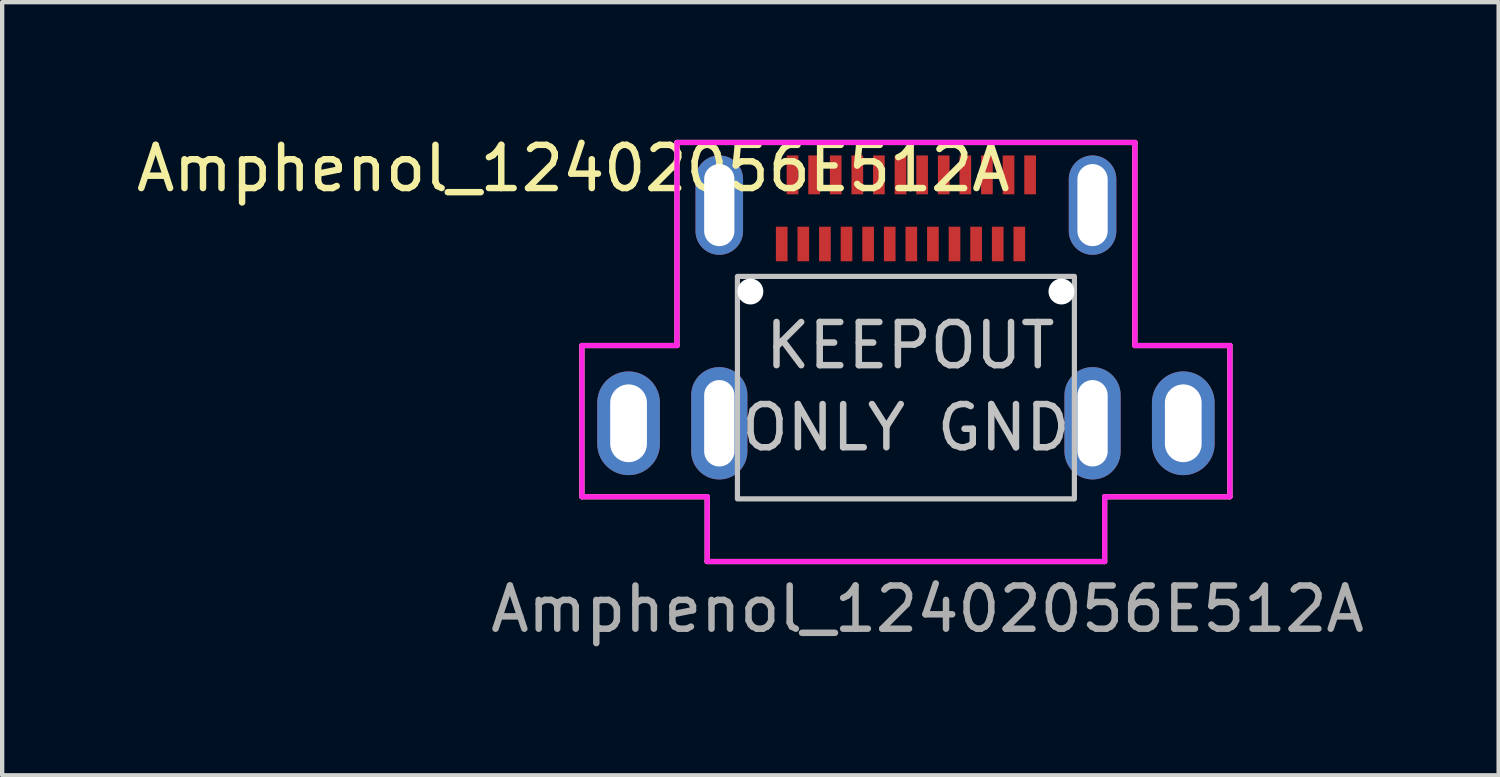
<source format=kicad_pcb>
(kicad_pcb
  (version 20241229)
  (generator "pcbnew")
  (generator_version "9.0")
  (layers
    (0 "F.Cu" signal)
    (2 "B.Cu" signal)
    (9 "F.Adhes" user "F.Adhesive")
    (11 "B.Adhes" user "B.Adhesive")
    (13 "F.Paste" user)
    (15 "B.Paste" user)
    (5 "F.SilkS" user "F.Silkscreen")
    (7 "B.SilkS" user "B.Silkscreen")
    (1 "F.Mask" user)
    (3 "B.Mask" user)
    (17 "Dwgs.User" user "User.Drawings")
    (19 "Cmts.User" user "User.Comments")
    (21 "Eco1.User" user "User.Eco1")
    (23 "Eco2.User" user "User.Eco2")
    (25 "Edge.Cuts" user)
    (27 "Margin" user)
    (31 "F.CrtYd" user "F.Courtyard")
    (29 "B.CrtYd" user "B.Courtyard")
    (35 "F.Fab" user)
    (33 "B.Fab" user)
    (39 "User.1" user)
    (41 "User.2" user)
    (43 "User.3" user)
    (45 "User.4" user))
  (footprint "Amphenol_12402056E512A"
    (layer "F.Cu")
    (at 17.92 6.748)
    (property "Reference" "Amphenol_12402056E512A" (at -7.7 -5.9 0) (unlocked yes) (layer "F.SilkS") (effects (font (size 1 1) (thickness 0.15))))
    (fp_line (start -7.5 -1.8) (end -7.5 1.7) (stroke (width 0.12) (type solid)) (layer "F.SilkS"))
    (fp_line (start -7.5 1.7) (end -4.6 1.7) (stroke (width 0.12) (type solid)) (layer "F.SilkS"))
    (fp_line (start -5.3 -6.5) (end -5.3 -1.8) (stroke (width 0.12) (type solid)) (layer "F.SilkS"))
    (fp_line (start -5.3 -6.5) (end 5.3 -6.5) (stroke (width 0.12) (type solid)) (layer "F.SilkS"))
    (fp_line (start -5.3 -1.8) (end -7.5 -1.8) (stroke (width 0.12) (type solid)) (layer "F.SilkS"))
    (fp_line (start -4.6 1.7) (end -4.6 3.2) (stroke (width 0.12) (type solid)) (layer "F.SilkS"))
    (fp_line (start -4.6 3.2) (end 4.6 3.2) (stroke (width 0.12) (type solid)) (layer "F.SilkS"))
    (fp_line (start 4.6 1.7) (end 4.6 3.2) (stroke (width 0.12) (type solid)) (layer "F.SilkS"))
    (fp_line (start 4.6 1.7) (end 7.5 1.7) (stroke (width 0.12) (type solid)) (layer "F.SilkS"))
    (fp_line (start 5.3 -6.5) (end 5.3 -1.8) (stroke (width 0.12) (type solid)) (layer "F.SilkS"))
    (fp_line (start 7.5 -1.8) (end 5.3 -1.8) (stroke (width 0.12) (type solid)) (layer "F.SilkS"))
    (fp_line (start 7.5 -1.8) (end 7.5 1.7) (stroke (width 0.12) (type solid)) (layer "F.SilkS"))
    (fp_rect (start -3.9 -3.4) (end 3.9 1.75) (stroke (width 0.12) (type solid)) (fill no) (layer "Dwgs.User"))
    (fp_line (start -7.5 -1.8) (end -7.5 1.7) (stroke (width 0.12) (type solid)) (layer "F.CrtYd"))
    (fp_line (start -7.5 1.7) (end -4.6 1.7) (stroke (width 0.12) (type solid)) (layer "F.CrtYd"))
    (fp_line (start -5.3 -6.5) (end -5.3 -1.8) (stroke (width 0.12) (type solid)) (layer "F.CrtYd"))
    (fp_line (start -5.3 -6.5) (end 5.3 -6.5) (stroke (width 0.12) (type solid)) (layer "F.CrtYd"))
    (fp_line (start -5.3 -1.8) (end -7.5 -1.8) (stroke (width 0.12) (type solid)) (layer "F.CrtYd"))
    (fp_line (start -4.6 1.7) (end -4.6 3.2) (stroke (width 0.12) (type solid)) (layer "F.CrtYd"))
    (fp_line (start -4.6 3.2) (end 4.6 3.2) (stroke (width 0.12) (type solid)) (layer "F.CrtYd"))
    (fp_line (start 4.6 1.7) (end 4.6 3.2) (stroke (width 0.12) (type solid)) (layer "F.CrtYd"))
    (fp_line (start 4.6 1.7) (end 7.5 1.7) (stroke (width 0.12) (type solid)) (layer "F.CrtYd"))
    (fp_line (start 5.3 -6.5) (end 5.3 -1.8) (stroke (width 0.12) (type solid)) (layer "F.CrtYd"))
    (fp_line (start 7.5 -1.8) (end 5.3 -1.8) (stroke (width 0.12) (type solid)) (layer "F.CrtYd"))
    (fp_line (start 7.5 -1.8) (end 7.5 1.7) (stroke (width 0.12) (type solid)) (layer "F.CrtYd"))
    (fp_text user "ONLY GND" (at 0 0.1 0) (unlocked yes) (layer "Dwgs.User") (effects (font (size 1 1) (thickness 0.15))))
    (fp_text user "KEEPOUT" (at 0.1 -1.8 0) (unlocked yes) (layer "Dwgs.User") (effects (font (size 1 1) (thickness 0.15))))
    (fp_text user "${REFERENCE}" (at 0.5 4.3 0) (unlocked yes) (layer "F.Fab") (effects (font (size 1 1) (thickness 0.15))))
    (pad "" np_thru_hole circle (at -3.6 -3.05) (size 0.6 0.6) (drill 0.6) (layers "*.Cu" "*.Mask"))
    (pad "" np_thru_hole circle (at 3.6 -3.05) (size 0.6 0.6) (drill 0.6) (layers "*.Cu" "*.Mask"))
    (pad "A1" smd rect (at -2.625 -5.75) (size 0.27 0.9) (layers "F.Cu" "F.Mask" "F.Paste"))
    (pad "A2" smd rect (at -2.125 -5.75) (size 0.27 0.9) (layers "F.Cu" "F.Mask" "F.Paste"))
    (pad "A3" smd rect (at -1.625 -5.75) (size 0.27 0.9) (layers "F.Cu" "F.Mask" "F.Paste"))
    (pad "A4" smd rect (at -1.125 -5.75) (size 0.27 0.9) (layers "F.Cu" "F.Mask" "F.Paste"))
    (pad "A5" smd rect (at -0.625 -5.75) (size 0.27 0.9) (layers "F.Cu" "F.Mask" "F.Paste"))
    (pad "A6" smd rect (at -0.125 -5.75) (size 0.27 0.9) (layers "F.Cu" "F.Mask" "F.Paste"))
    (pad "A7" smd rect (at 0.375 -5.75) (size 0.27 0.9) (layers "F.Cu" "F.Mask" "F.Paste"))
    (pad "A8" smd rect (at 0.875 -5.75) (size 0.27 0.9) (layers "F.Cu" "F.Mask" "F.Paste"))
    (pad "A9" smd rect (at 1.375 -5.75) (size 0.27 0.9) (layers "F.Cu" "F.Mask" "F.Paste"))
    (pad "A10" smd rect (at 1.875 -5.75) (size 0.27 0.9) (layers "F.Cu" "F.Mask" "F.Paste"))
    (pad "A11" smd rect (at 2.375 -5.75) (size 0.27 0.9) (layers "F.Cu" "F.Mask" "F.Paste"))
    (pad "A12" smd rect (at 2.875 -5.75) (size 0.27 0.9) (layers "F.Cu" "F.Mask" "F.Paste"))
    (pad "B1" smd rect (at 2.625 -4.15) (size 0.27 0.8) (layers "F.Cu" "F.Mask" "F.Paste"))
    (pad "B2" smd rect (at 2.125 -4.15) (size 0.27 0.8) (layers "F.Cu" "F.Mask" "F.Paste"))
    (pad "B3" smd rect (at 1.625 -4.15) (size 0.27 0.8) (layers "F.Cu" "F.Mask" "F.Paste"))
    (pad "B4" smd rect (at 1.125 -4.15) (size 0.27 0.8) (layers "F.Cu" "F.Mask" "F.Paste"))
    (pad "B5" smd rect (at 0.625 -4.15) (size 0.27 0.8) (layers "F.Cu" "F.Mask" "F.Paste"))
    (pad "B6" smd rect (at 0.125 -4.15) (size 0.27 0.8) (layers "F.Cu" "F.Mask" "F.Paste"))
    (pad "B7" smd rect (at -0.375 -4.15) (size 0.27 0.8) (layers "F.Cu" "F.Mask" "F.Paste"))
    (pad "B8" smd rect (at -0.875 -4.15) (size 0.27 0.8) (layers "F.Cu" "F.Mask" "F.Paste"))
    (pad "B9" smd rect (at -1.375 -4.15) (size 0.27 0.8) (layers "F.Cu" "F.Mask" "F.Paste"))
    (pad "B10" smd rect (at -1.875 -4.15) (size 0.27 0.8) (layers "F.Cu" "F.Mask" "F.Paste"))
    (pad "B11" smd rect (at -2.375 -4.15) (size 0.27 0.8) (layers "F.Cu" "F.Mask" "F.Paste"))
    (pad "B12" smd rect (at -2.875 -4.15) (size 0.27 0.8) (layers "F.Cu" "F.Mask" "F.Paste"))
    (pad "S1" thru_hole oval (at -6.42 0) (size 1.45 2.4) (drill oval 0.85 1.8) (layers "*.Cu" "*.Mask"))
    (pad "S1" thru_hole oval (at -4.32 -5.05) (size 1.1 2.3) (drill oval 0.7 1.9) (layers "*.Cu" "*.Mask"))
    (pad "S1" thru_hole oval (at -4.32 0) (size 1.3 2.6) (drill oval 0.7 2) (layers "*.Cu" "*.Mask"))
    (pad "S1" thru_hole oval (at 4.32 -5.05) (size 1.1 2.3) (drill oval 0.7 1.9) (layers "*.Cu" "*.Mask"))
    (pad "S1" thru_hole oval (at 4.32 0) (size 1.3 2.6) (drill oval 0.7 2) (layers "*.Cu" "*.Mask"))
    (pad "S1" thru_hole oval (at 6.42 0) (size 1.45 2.4) (drill oval 0.85 1.8) (layers "*.Cu" "*.Mask")))
  (gr_rect
    (start -3 -3)
    (end 31.64 14.896)
    (stroke (width 0.1) (type default))
    (fill no)
    (layer "Edge.Cuts")))
</source>
